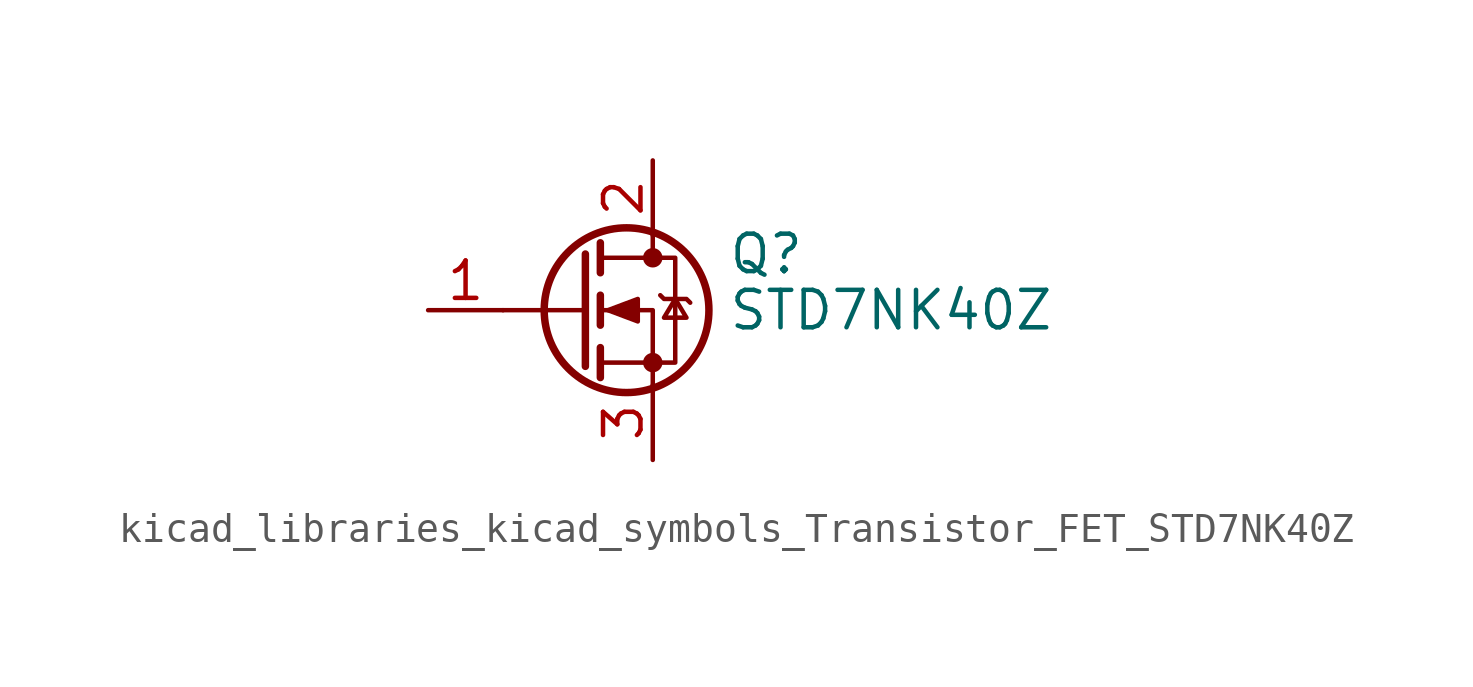
<source format=kicad_sym>
(kicad_symbol_lib
  (version 20220914)
  (generator kicad_symbol_editor)
  (symbol "kicad_libraries_kicad_symbols_Transistor_FET_STD7NK40Z"
    (pin_names hide)
    (property "Reference" "Q"
      (at 5.08 1.905 0)
      (effects (font (size 1.27 1.27)) (justify left)))
    (property "Value" "STD7NK40Z"
      (at 5.08 0 0)
      (effects (font (size 1.27 1.27)) (justify left)))
    (symbol "kicad_libraries_kicad_symbols_Transistor_FET_STD7NK40Z_0_1"
      (polyline (pts (xy 0.254 0) (xy -2.54 0)) (stroke (width 0) (type default)) (fill (type none)))
      (polyline (pts (xy 0.254 1.905) (xy 0.254 -1.905)) (stroke (width 0.254) (type default)) (fill (type none)))
      (polyline (pts (xy 0.762 -1.27) (xy 0.762 -2.286)) (stroke (width 0.254) (type default)) (fill (type none)))
      (polyline (pts (xy 0.762 0.508) (xy 0.762 -0.508)) (stroke (width 0.254) (type default)) (fill (type none)))
      (polyline (pts (xy 0.762 2.286) (xy 0.762 1.27)) (stroke (width 0.254) (type default)) (fill (type none)))
      (polyline (pts (xy 2.54 2.54) (xy 2.54 1.778)) (stroke (width 0) (type default)) (fill (type none)))
      (polyline (pts (xy 2.54 -2.54) (xy 2.54 0) (xy 0.762 0)) (stroke (width 0) (type default)) (fill (type none)))
      (polyline (pts (xy 0.762 -1.778) (xy 3.302 -1.778) (xy 3.302 1.778) (xy 0.762 1.778)) (stroke (width 0) (type default)) (fill (type none)))
      (polyline (pts (xy 1.016 0) (xy 2.032 0.381) (xy 2.032 -0.381) (xy 1.016 0)) (stroke (width 0) (type default)) (fill (type outline)))
      (polyline (pts (xy 2.794 0.508) (xy 2.921 0.381) (xy 3.683 0.381) (xy 3.81 0.254)) (stroke (width 0) (type default)) (fill (type none)))
      (polyline (pts (xy 3.302 0.381) (xy 2.921 -0.254) (xy 3.683 -0.254) (xy 3.302 0.381)) (stroke (width 0) (type default)) (fill (type none)))
      (circle (center 1.651 0) (radius 2.794) (stroke (width 0.254) (type default)) (fill (type none)))
      (circle (center 2.54 -1.778) (radius 0.254) (stroke (width 0) (type default)) (fill (type outline)))
      (circle (center 2.54 1.778) (radius 0.254) (stroke (width 0) (type default)) (fill (type outline))))
    (symbol "kicad_libraries_kicad_symbols_Transistor_FET_STD7NK40Z_1_1"
      (pin passive line (at -5.08 0 0) (length 2.54) (name "G" (effects (font (size 1.27 1.27)))) (number "1" (effects (font (size 1.27 1.27)))))
      (pin passive line (at 2.54 5.08 270) (length 2.54) (name "D" (effects (font (size 1.27 1.27)))) (number "2" (effects (font (size 1.27 1.27)))))
      (pin passive line (at 2.54 -5.08 90) (length 2.54) (name "S" (effects (font (size 1.27 1.27)))) (number "3" (effects (font (size 1.27 1.27))))))))
</source>
